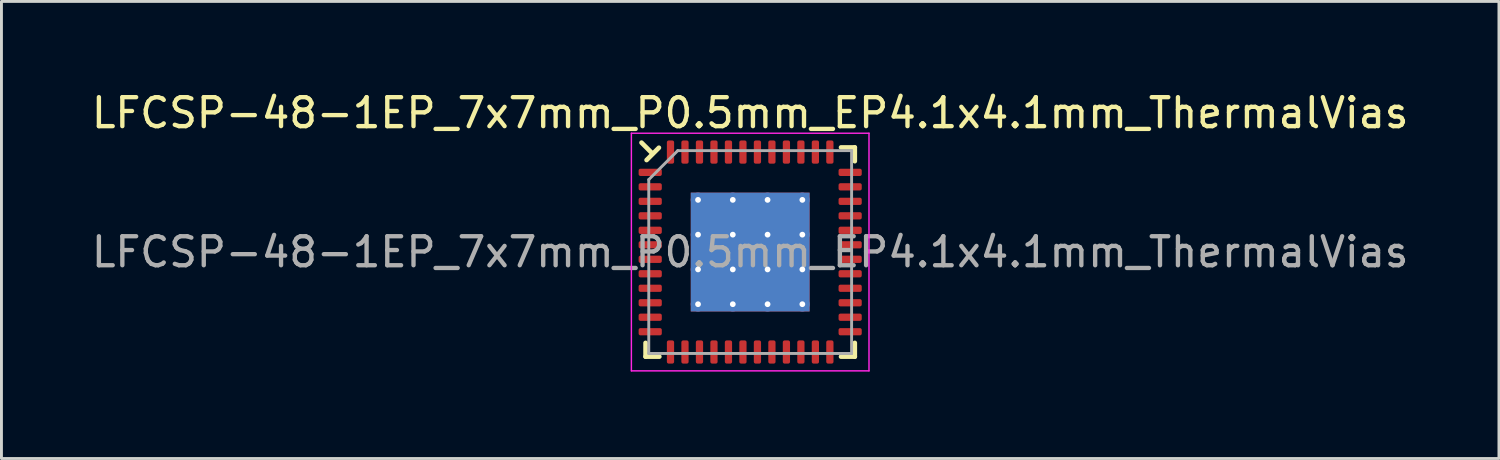
<source format=kicad_pcb>
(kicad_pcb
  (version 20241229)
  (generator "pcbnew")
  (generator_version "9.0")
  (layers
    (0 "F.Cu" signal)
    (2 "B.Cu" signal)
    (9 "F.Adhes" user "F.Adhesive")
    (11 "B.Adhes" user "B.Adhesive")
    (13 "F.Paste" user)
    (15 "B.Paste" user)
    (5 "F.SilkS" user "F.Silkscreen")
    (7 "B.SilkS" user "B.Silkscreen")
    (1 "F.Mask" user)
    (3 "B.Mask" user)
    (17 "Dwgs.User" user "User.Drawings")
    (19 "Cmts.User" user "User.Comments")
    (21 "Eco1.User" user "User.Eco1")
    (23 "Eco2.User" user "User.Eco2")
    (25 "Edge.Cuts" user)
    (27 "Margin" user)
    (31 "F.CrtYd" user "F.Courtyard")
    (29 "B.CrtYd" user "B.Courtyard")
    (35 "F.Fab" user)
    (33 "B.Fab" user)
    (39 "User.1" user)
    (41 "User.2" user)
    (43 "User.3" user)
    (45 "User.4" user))
  (footprint "LFCSP-48-1EP_7x7mm_P0.5mm_EP4.1x4.1mm_ThermalVias"
    (layer "F.Cu")
    (at 22.839 5.648)
    (property "Reference" "LFCSP-48-1EP_7x7mm_P0.5mm_EP4.1x4.1mm_ThermalVias" (at 0 -4.8 0) (layer "F.SilkS") (effects (font (size 1 1) (thickness 0.15))))
    (attr smd)
    (fp_line (start -3.61 3.61) (end -3.61 3.135) (stroke (width 0.16) (type solid)) (layer "F.SilkS"))
    (fp_line (start -3.375 -3.4) (end -3.75 -3.775) (stroke (width 0.16) (type solid)) (layer "F.SilkS"))
    (fp_line (start -3.15 -3.6) (end -3.575 -3.175) (stroke (width 0.16) (type solid)) (layer "F.SilkS"))
    (fp_line (start -3.135 3.61) (end -3.61 3.61) (stroke (width 0.16) (type solid)) (layer "F.SilkS"))
    (fp_line (start 3.135 -3.61) (end 3.61 -3.61) (stroke (width 0.16) (type solid)) (layer "F.SilkS"))
    (fp_line (start 3.135 3.61) (end 3.61 3.61) (stroke (width 0.16) (type solid)) (layer "F.SilkS"))
    (fp_line (start 3.61 -3.61) (end 3.61 -3.135) (stroke (width 0.16) (type solid)) (layer "F.SilkS"))
    (fp_line (start 3.61 3.61) (end 3.61 3.135) (stroke (width 0.16) (type solid)) (layer "F.SilkS"))
    (fp_line (start -4.1 -4.1) (end -4.1 4.1) (stroke (width 0.05) (type solid)) (layer "F.CrtYd"))
    (fp_line (start -4.1 4.1) (end 4.1 4.1) (stroke (width 0.05) (type solid)) (layer "F.CrtYd"))
    (fp_line (start 4.1 -4.1) (end -4.1 -4.1) (stroke (width 0.05) (type solid)) (layer "F.CrtYd"))
    (fp_line (start 4.1 4.1) (end 4.1 -4.1) (stroke (width 0.05) (type solid)) (layer "F.CrtYd"))
    (fp_line (start -3.5 -2.5) (end -2.5 -3.5) (stroke (width 0.1) (type solid)) (layer "F.Fab"))
    (fp_line (start -3.5 3.5) (end -3.5 -2.5) (stroke (width 0.1) (type solid)) (layer "F.Fab"))
    (fp_line (start -2.5 -3.5) (end 3.5 -3.5) (stroke (width 0.1) (type solid)) (layer "F.Fab"))
    (fp_line (start 3.5 -3.5) (end 3.5 3.5) (stroke (width 0.1) (type solid)) (layer "F.Fab"))
    (fp_line (start 3.5 3.5) (end -3.5 3.5) (stroke (width 0.1) (type solid)) (layer "F.Fab"))
    (fp_text user "${REFERENCE}" (at 0 0 0) (layer "F.Fab") (effects (font (size 1 1) (thickness 0.15))))
    (pad "" smd roundrect (at -1.37 -1.37) (size 1.14 1.14) (layers "F.Paste") (roundrect_rratio 0.219))
    (pad "" smd roundrect (at -1.37 0) (size 1.14 1.14) (layers "F.Paste") (roundrect_rratio 0.219))
    (pad "" smd roundrect (at -1.37 1.37) (size 1.14 1.14) (layers "F.Paste") (roundrect_rratio 0.219))
    (pad "" smd roundrect (at 0 -1.37) (size 1.14 1.14) (layers "F.Paste") (roundrect_rratio 0.219))
    (pad "" smd roundrect (at 0 0) (size 1.14 1.14) (layers "F.Paste") (roundrect_rratio 0.219))
    (pad "" smd roundrect (at 0 1.37) (size 1.14 1.14) (layers "F.Paste") (roundrect_rratio 0.219))
    (pad "" smd roundrect (at 1.37 -1.37) (size 1.14 1.14) (layers "F.Paste") (roundrect_rratio 0.219))
    (pad "" smd roundrect (at 1.37 0) (size 1.14 1.14) (layers "F.Paste") (roundrect_rratio 0.219))
    (pad "" smd roundrect (at 1.37 1.37) (size 1.14 1.14) (layers "F.Paste") (roundrect_rratio 0.219))
    (pad "1" smd roundrect (at -3.45 -2.75) (size 0.8 0.25) (layers "F.Cu" "F.Mask" "F.Paste") (roundrect_rratio 0.25))
    (pad "2" smd roundrect (at -3.45 -2.25) (size 0.8 0.25) (layers "F.Cu" "F.Mask" "F.Paste") (roundrect_rratio 0.25))
    (pad "3" smd roundrect (at -3.45 -1.75) (size 0.8 0.25) (layers "F.Cu" "F.Mask" "F.Paste") (roundrect_rratio 0.25))
    (pad "4" smd roundrect (at -3.45 -1.25) (size 0.8 0.25) (layers "F.Cu" "F.Mask" "F.Paste") (roundrect_rratio 0.25))
    (pad "5" smd roundrect (at -3.45 -0.75) (size 0.8 0.25) (layers "F.Cu" "F.Mask" "F.Paste") (roundrect_rratio 0.25))
    (pad "6" smd roundrect (at -3.45 -0.25) (size 0.8 0.25) (layers "F.Cu" "F.Mask" "F.Paste") (roundrect_rratio 0.25))
    (pad "7" smd roundrect (at -3.45 0.25) (size 0.8 0.25) (layers "F.Cu" "F.Mask" "F.Paste") (roundrect_rratio 0.25))
    (pad "8" smd roundrect (at -3.45 0.75) (size 0.8 0.25) (layers "F.Cu" "F.Mask" "F.Paste") (roundrect_rratio 0.25))
    (pad "9" smd roundrect (at -3.45 1.25) (size 0.8 0.25) (layers "F.Cu" "F.Mask" "F.Paste") (roundrect_rratio 0.25))
    (pad "10" smd roundrect (at -3.45 1.75) (size 0.8 0.25) (layers "F.Cu" "F.Mask" "F.Paste") (roundrect_rratio 0.25))
    (pad "11" smd roundrect (at -3.45 2.25) (size 0.8 0.25) (layers "F.Cu" "F.Mask" "F.Paste") (roundrect_rratio 0.25))
    (pad "12" smd roundrect (at -3.45 2.75) (size 0.8 0.25) (layers "F.Cu" "F.Mask" "F.Paste") (roundrect_rratio 0.25))
    (pad "13" smd roundrect (at -2.75 3.45) (size 0.25 0.8) (layers "F.Cu" "F.Mask" "F.Paste") (roundrect_rratio 0.25))
    (pad "14" smd roundrect (at -2.25 3.45) (size 0.25 0.8) (layers "F.Cu" "F.Mask" "F.Paste") (roundrect_rratio 0.25))
    (pad "15" smd roundrect (at -1.75 3.45) (size 0.25 0.8) (layers "F.Cu" "F.Mask" "F.Paste") (roundrect_rratio 0.25))
    (pad "16" smd roundrect (at -1.25 3.45) (size 0.25 0.8) (layers "F.Cu" "F.Mask" "F.Paste") (roundrect_rratio 0.25))
    (pad "17" smd roundrect (at -0.75 3.45) (size 0.25 0.8) (layers "F.Cu" "F.Mask" "F.Paste") (roundrect_rratio 0.25))
    (pad "18" smd roundrect (at -0.25 3.45) (size 0.25 0.8) (layers "F.Cu" "F.Mask" "F.Paste") (roundrect_rratio 0.25))
    (pad "19" smd roundrect (at 0.25 3.45) (size 0.25 0.8) (layers "F.Cu" "F.Mask" "F.Paste") (roundrect_rratio 0.25))
    (pad "20" smd roundrect (at 0.75 3.45) (size 0.25 0.8) (layers "F.Cu" "F.Mask" "F.Paste") (roundrect_rratio 0.25))
    (pad "21" smd roundrect (at 1.25 3.45) (size 0.25 0.8) (layers "F.Cu" "F.Mask" "F.Paste") (roundrect_rratio 0.25))
    (pad "22" smd roundrect (at 1.75 3.45) (size 0.25 0.8) (layers "F.Cu" "F.Mask" "F.Paste") (roundrect_rratio 0.25))
    (pad "23" smd roundrect (at 2.25 3.45) (size 0.25 0.8) (layers "F.Cu" "F.Mask" "F.Paste") (roundrect_rratio 0.25))
    (pad "24" smd roundrect (at 2.75 3.45) (size 0.25 0.8) (layers "F.Cu" "F.Mask" "F.Paste") (roundrect_rratio 0.25))
    (pad "25" smd roundrect (at 3.45 2.75) (size 0.8 0.25) (layers "F.Cu" "F.Mask" "F.Paste") (roundrect_rratio 0.25))
    (pad "26" smd roundrect (at 3.45 2.25) (size 0.8 0.25) (layers "F.Cu" "F.Mask" "F.Paste") (roundrect_rratio 0.25))
    (pad "27" smd roundrect (at 3.45 1.75) (size 0.8 0.25) (layers "F.Cu" "F.Mask" "F.Paste") (roundrect_rratio 0.25))
    (pad "28" smd roundrect (at 3.45 1.25) (size 0.8 0.25) (layers "F.Cu" "F.Mask" "F.Paste") (roundrect_rratio 0.25))
    (pad "29" smd roundrect (at 3.45 0.75) (size 0.8 0.25) (layers "F.Cu" "F.Mask" "F.Paste") (roundrect_rratio 0.25))
    (pad "30" smd roundrect (at 3.45 0.25) (size 0.8 0.25) (layers "F.Cu" "F.Mask" "F.Paste") (roundrect_rratio 0.25))
    (pad "31" smd roundrect (at 3.45 -0.25) (size 0.8 0.25) (layers "F.Cu" "F.Mask" "F.Paste") (roundrect_rratio 0.25))
    (pad "32" smd roundrect (at 3.45 -0.75) (size 0.8 0.25) (layers "F.Cu" "F.Mask" "F.Paste") (roundrect_rratio 0.25))
    (pad "33" smd roundrect (at 3.45 -1.25) (size 0.8 0.25) (layers "F.Cu" "F.Mask" "F.Paste") (roundrect_rratio 0.25))
    (pad "34" smd roundrect (at 3.45 -1.75) (size 0.8 0.25) (layers "F.Cu" "F.Mask" "F.Paste") (roundrect_rratio 0.25))
    (pad "35" smd roundrect (at 3.45 -2.25) (size 0.8 0.25) (layers "F.Cu" "F.Mask" "F.Paste") (roundrect_rratio 0.25))
    (pad "36" smd roundrect (at 3.45 -2.75) (size 0.8 0.25) (layers "F.Cu" "F.Mask" "F.Paste") (roundrect_rratio 0.25))
    (pad "37" smd roundrect (at 2.75 -3.45) (size 0.25 0.8) (layers "F.Cu" "F.Mask" "F.Paste") (roundrect_rratio 0.25))
    (pad "38" smd roundrect (at 2.25 -3.45) (size 0.25 0.8) (layers "F.Cu" "F.Mask" "F.Paste") (roundrect_rratio 0.25))
    (pad "39" smd roundrect (at 1.75 -3.45) (size 0.25 0.8) (layers "F.Cu" "F.Mask" "F.Paste") (roundrect_rratio 0.25))
    (pad "40" smd roundrect (at 1.25 -3.45) (size 0.25 0.8) (layers "F.Cu" "F.Mask" "F.Paste") (roundrect_rratio 0.25))
    (pad "41" smd roundrect (at 0.75 -3.45) (size 0.25 0.8) (layers "F.Cu" "F.Mask" "F.Paste") (roundrect_rratio 0.25))
    (pad "42" smd roundrect (at 0.25 -3.45) (size 0.25 0.8) (layers "F.Cu" "F.Mask" "F.Paste") (roundrect_rratio 0.25))
    (pad "43" smd roundrect (at -0.25 -3.45) (size 0.25 0.8) (layers "F.Cu" "F.Mask" "F.Paste") (roundrect_rratio 0.25))
    (pad "44" smd roundrect (at -0.75 -3.45) (size 0.25 0.8) (layers "F.Cu" "F.Mask" "F.Paste") (roundrect_rratio 0.25))
    (pad "45" smd roundrect (at -1.25 -3.45) (size 0.25 0.8) (layers "F.Cu" "F.Mask" "F.Paste") (roundrect_rratio 0.25))
    (pad "46" smd roundrect (at -1.75 -3.45) (size 0.25 0.8) (layers "F.Cu" "F.Mask" "F.Paste") (roundrect_rratio 0.25))
    (pad "47" smd roundrect (at -2.25 -3.45) (size 0.25 0.8) (layers "F.Cu" "F.Mask" "F.Paste") (roundrect_rratio 0.25))
    (pad "48" smd roundrect (at -2.75 -3.45) (size 0.25 0.8) (layers "F.Cu" "F.Mask" "F.Paste") (roundrect_rratio 0.25))
    (pad "49" thru_hole circle (at -1.8 -1.8) (size 0.5 0.5) (drill 0.2) (layers "*.Cu"))
    (pad "49" thru_hole circle (at -1.8 -0.6) (size 0.5 0.5) (drill 0.2) (layers "*.Cu"))
    (pad "49" thru_hole circle (at -1.8 0.6) (size 0.5 0.5) (drill 0.2) (layers "*.Cu"))
    (pad "49" thru_hole circle (at -1.8 1.8) (size 0.5 0.5) (drill 0.2) (layers "*.Cu"))
    (pad "49" thru_hole circle (at -0.6 -1.8) (size 0.5 0.5) (drill 0.2) (layers "*.Cu"))
    (pad "49" thru_hole circle (at -0.6 -0.6) (size 0.5 0.5) (drill 0.2) (layers "*.Cu"))
    (pad "49" thru_hole circle (at -0.6 0.6) (size 0.5 0.5) (drill 0.2) (layers "*.Cu"))
    (pad "49" thru_hole circle (at -0.6 1.8) (size 0.5 0.5) (drill 0.2) (layers "*.Cu"))
    (pad "49" smd rect (at 0 0) (size 4.1 4.1) (layers "F.Cu" "F.Mask"))
    (pad "49" smd rect (at 0 0) (size 4.1 4.1) (layers "B.Cu"))
    (pad "49" thru_hole circle (at 0.6 -1.8) (size 0.5 0.5) (drill 0.2) (layers "*.Cu"))
    (pad "49" thru_hole circle (at 0.6 -0.6) (size 0.5 0.5) (drill 0.2) (layers "*.Cu"))
    (pad "49" thru_hole circle (at 0.6 0.6) (size 0.5 0.5) (drill 0.2) (layers "*.Cu"))
    (pad "49" thru_hole circle (at 0.6 1.8) (size 0.5 0.5) (drill 0.2) (layers "*.Cu"))
    (pad "49" thru_hole circle (at 1.8 -1.8) (size 0.5 0.5) (drill 0.2) (layers "*.Cu"))
    (pad "49" thru_hole circle (at 1.8 -0.6) (size 0.5 0.5) (drill 0.2) (layers "*.Cu"))
    (pad "49" thru_hole circle (at 1.8 0.6) (size 0.5 0.5) (drill 0.2) (layers "*.Cu"))
    (pad "49" thru_hole circle (at 1.8 1.8) (size 0.5 0.5) (drill 0.2) (layers "*.Cu")))
  (gr_rect
    (start -3 -3)
    (end 48.679 12.773)
    (stroke (width 0.1) (type default))
    (fill no)
    (layer "Edge.Cuts")))
</source>
